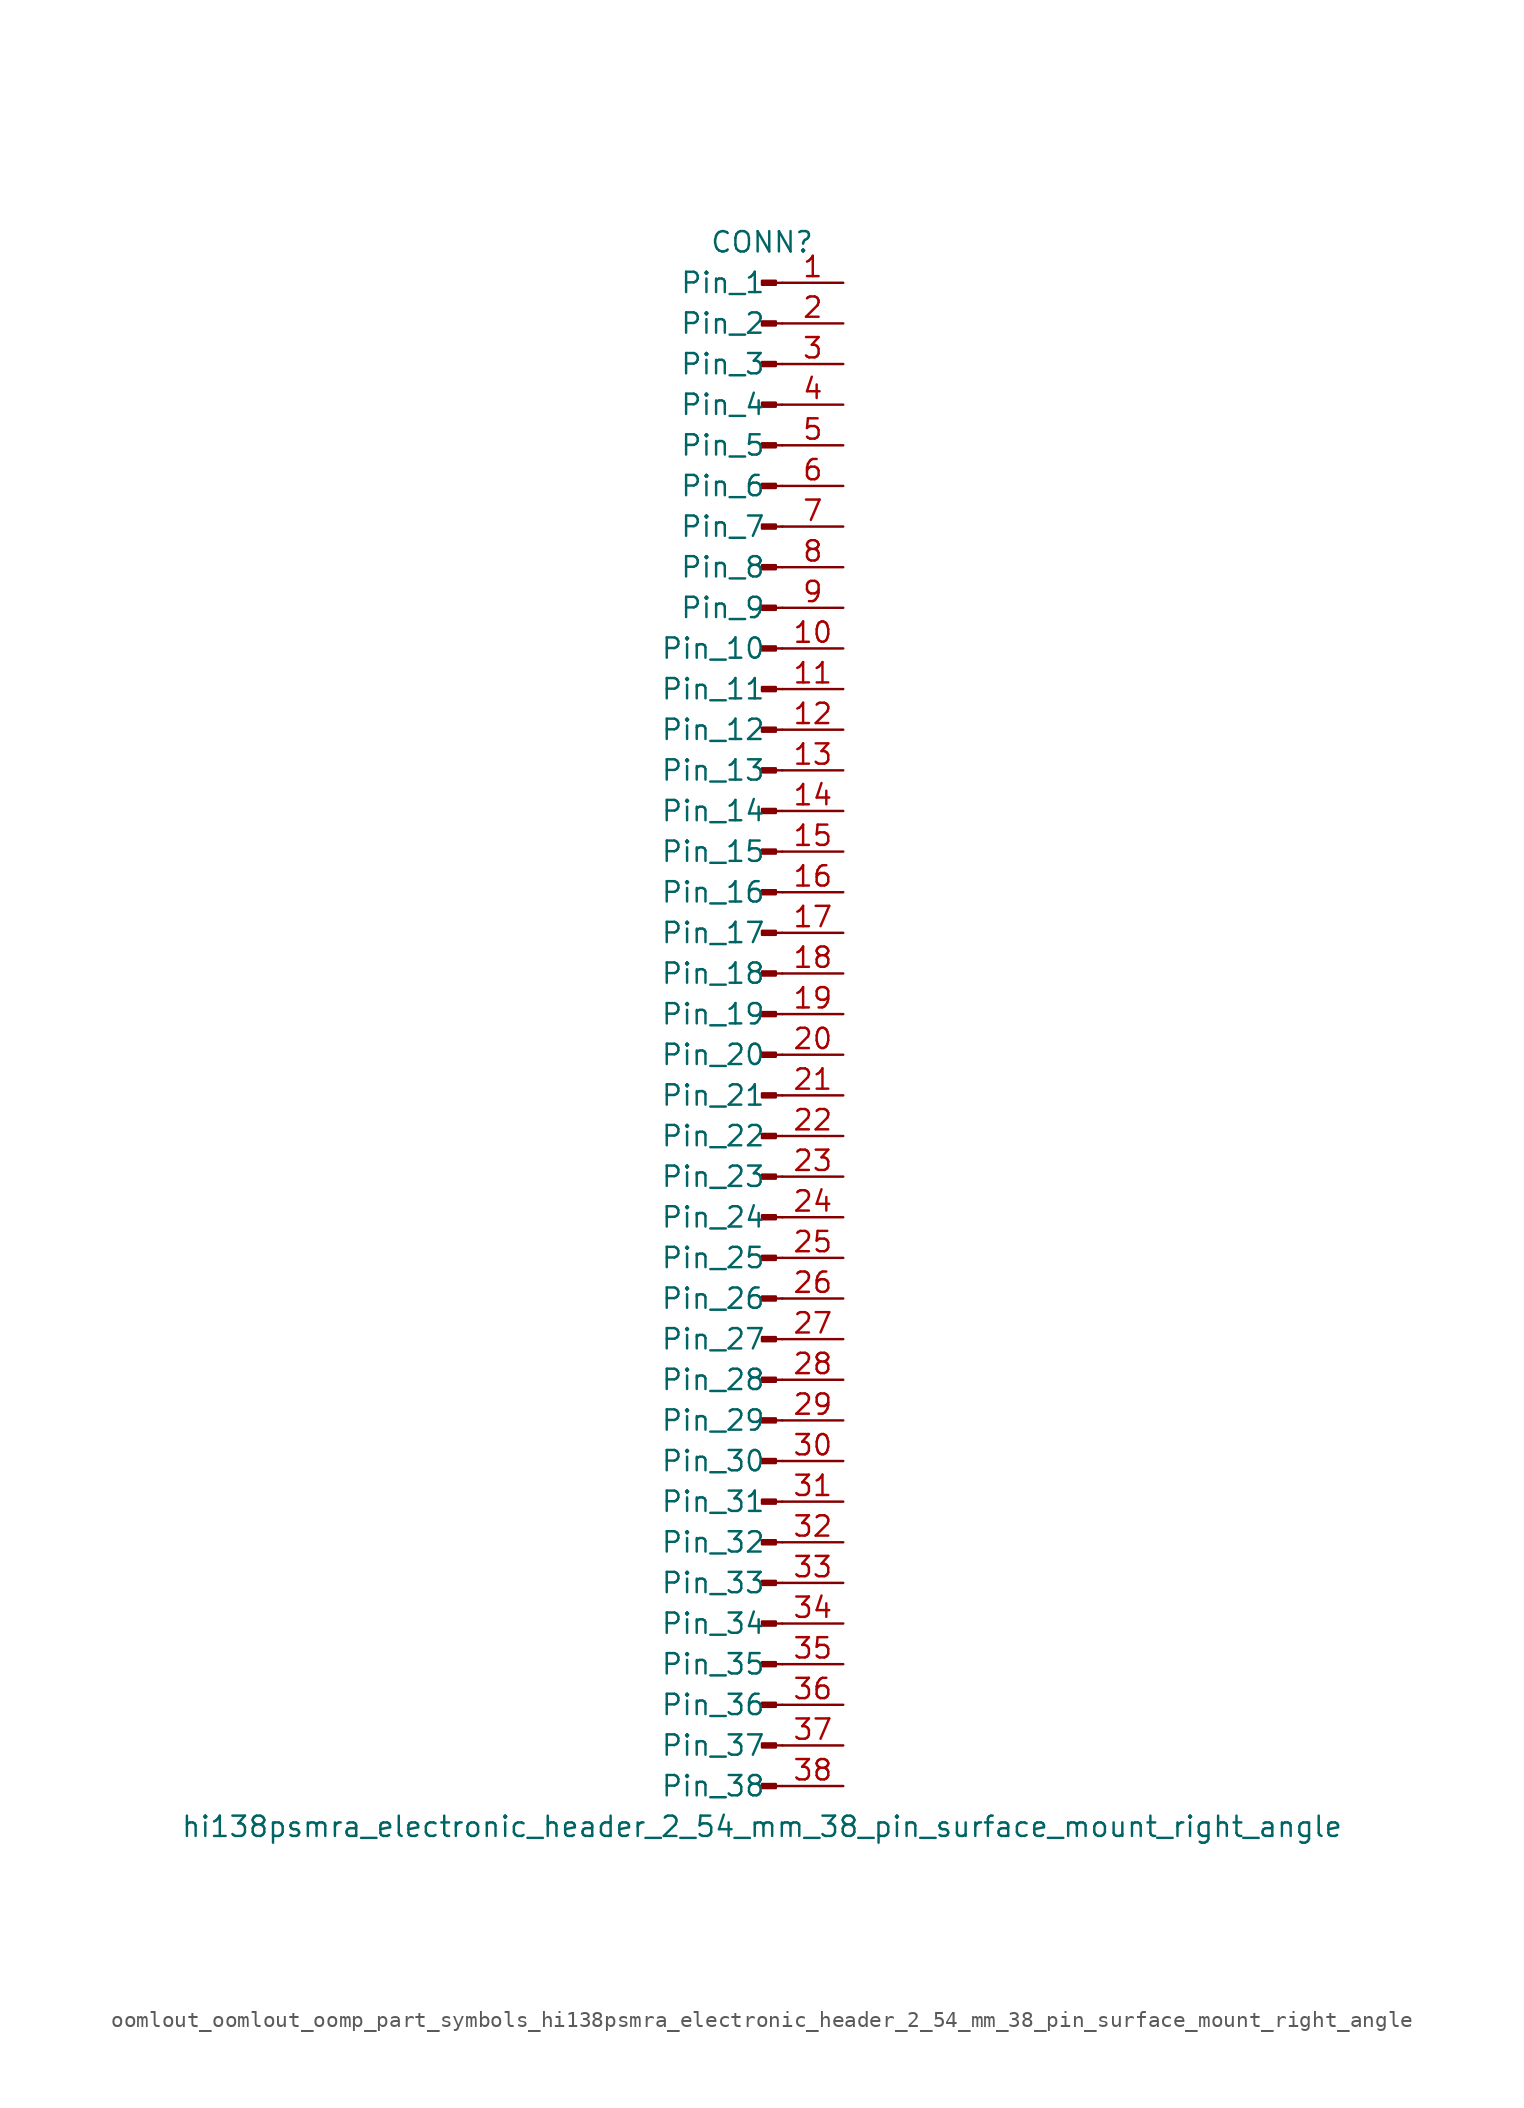
<source format=kicad_sym>
(kicad_symbol_lib
  (version 20220914)
  (generator kicad_symbol_editor)
  (symbol "oomlout_oomlout_oomp_part_symbols_hi138psmra_electronic_header_2_54_mm_38_pin_surface_mount_right_angle"
    (pin_names
      (offset 1.016))
    (property "Reference" "CONN"
      (at 0 48.26 0)
      (effects (font (size 1.27 1.27))))
    (property "Value" "hi138psmra_electronic_header_2_54_mm_38_pin_surface_mount_right_angle"
      (at 0 -50.8 0)
      (effects (font (size 1.27 1.27))))
    (property "ki_locked" ""
      (at 0 0 0)
      (effects (font (size 1.27 1.27))))
    (symbol "oomlout_oomlout_oomp_part_symbols_hi138psmra_electronic_header_2_54_mm_38_pin_surface_mount_right_angle_1_1"
      (polyline (pts (xy 1.27 -48.26) (xy 0.864 -48.26)) (stroke (width 0.152) (type default)) (fill (type none)))
      (polyline (pts (xy 1.27 -45.72) (xy 0.864 -45.72)) (stroke (width 0.152) (type default)) (fill (type none)))
      (polyline (pts (xy 1.27 -43.18) (xy 0.864 -43.18)) (stroke (width 0.152) (type default)) (fill (type none)))
      (polyline (pts (xy 1.27 -40.64) (xy 0.864 -40.64)) (stroke (width 0.152) (type default)) (fill (type none)))
      (polyline (pts (xy 1.27 -38.1) (xy 0.864 -38.1)) (stroke (width 0.152) (type default)) (fill (type none)))
      (polyline (pts (xy 1.27 -35.56) (xy 0.864 -35.56)) (stroke (width 0.152) (type default)) (fill (type none)))
      (polyline (pts (xy 1.27 -33.02) (xy 0.864 -33.02)) (stroke (width 0.152) (type default)) (fill (type none)))
      (polyline (pts (xy 1.27 -30.48) (xy 0.864 -30.48)) (stroke (width 0.152) (type default)) (fill (type none)))
      (polyline (pts (xy 1.27 -27.94) (xy 0.864 -27.94)) (stroke (width 0.152) (type default)) (fill (type none)))
      (polyline (pts (xy 1.27 -25.4) (xy 0.864 -25.4)) (stroke (width 0.152) (type default)) (fill (type none)))
      (polyline (pts (xy 1.27 -22.86) (xy 0.864 -22.86)) (stroke (width 0.152) (type default)) (fill (type none)))
      (polyline (pts (xy 1.27 -20.32) (xy 0.864 -20.32)) (stroke (width 0.152) (type default)) (fill (type none)))
      (polyline (pts (xy 1.27 -17.78) (xy 0.864 -17.78)) (stroke (width 0.152) (type default)) (fill (type none)))
      (polyline (pts (xy 1.27 -15.24) (xy 0.864 -15.24)) (stroke (width 0.152) (type default)) (fill (type none)))
      (polyline (pts (xy 1.27 -12.7) (xy 0.864 -12.7)) (stroke (width 0.152) (type default)) (fill (type none)))
      (polyline (pts (xy 1.27 -10.16) (xy 0.864 -10.16)) (stroke (width 0.152) (type default)) (fill (type none)))
      (polyline (pts (xy 1.27 -7.62) (xy 0.864 -7.62)) (stroke (width 0.152) (type default)) (fill (type none)))
      (polyline (pts (xy 1.27 -5.08) (xy 0.864 -5.08)) (stroke (width 0.152) (type default)) (fill (type none)))
      (polyline (pts (xy 1.27 -2.54) (xy 0.864 -2.54)) (stroke (width 0.152) (type default)) (fill (type none)))
      (polyline (pts (xy 1.27 0) (xy 0.864 0)) (stroke (width 0.152) (type default)) (fill (type none)))
      (polyline (pts (xy 1.27 2.54) (xy 0.864 2.54)) (stroke (width 0.152) (type default)) (fill (type none)))
      (polyline (pts (xy 1.27 5.08) (xy 0.864 5.08)) (stroke (width 0.152) (type default)) (fill (type none)))
      (polyline (pts (xy 1.27 7.62) (xy 0.864 7.62)) (stroke (width 0.152) (type default)) (fill (type none)))
      (polyline (pts (xy 1.27 10.16) (xy 0.864 10.16)) (stroke (width 0.152) (type default)) (fill (type none)))
      (polyline (pts (xy 1.27 12.7) (xy 0.864 12.7)) (stroke (width 0.152) (type default)) (fill (type none)))
      (polyline (pts (xy 1.27 15.24) (xy 0.864 15.24)) (stroke (width 0.152) (type default)) (fill (type none)))
      (polyline (pts (xy 1.27 17.78) (xy 0.864 17.78)) (stroke (width 0.152) (type default)) (fill (type none)))
      (polyline (pts (xy 1.27 20.32) (xy 0.864 20.32)) (stroke (width 0.152) (type default)) (fill (type none)))
      (polyline (pts (xy 1.27 22.86) (xy 0.864 22.86)) (stroke (width 0.152) (type default)) (fill (type none)))
      (polyline (pts (xy 1.27 25.4) (xy 0.864 25.4)) (stroke (width 0.152) (type default)) (fill (type none)))
      (polyline (pts (xy 1.27 27.94) (xy 0.864 27.94)) (stroke (width 0.152) (type default)) (fill (type none)))
      (polyline (pts (xy 1.27 30.48) (xy 0.864 30.48)) (stroke (width 0.152) (type default)) (fill (type none)))
      (polyline (pts (xy 1.27 33.02) (xy 0.864 33.02)) (stroke (width 0.152) (type default)) (fill (type none)))
      (polyline (pts (xy 1.27 35.56) (xy 0.864 35.56)) (stroke (width 0.152) (type default)) (fill (type none)))
      (polyline (pts (xy 1.27 38.1) (xy 0.864 38.1)) (stroke (width 0.152) (type default)) (fill (type none)))
      (polyline (pts (xy 1.27 40.64) (xy 0.864 40.64)) (stroke (width 0.152) (type default)) (fill (type none)))
      (polyline (pts (xy 1.27 43.18) (xy 0.864 43.18)) (stroke (width 0.152) (type default)) (fill (type none)))
      (polyline (pts (xy 1.27 45.72) (xy 0.864 45.72)) (stroke (width 0.152) (type default)) (fill (type none)))
      (rectangle (start 0.864 -48.133) (end 0 -48.387) (stroke (width 0.152) (type default)) (fill (type outline)))
      (rectangle (start 0.864 -45.593) (end 0 -45.847) (stroke (width 0.152) (type default)) (fill (type outline)))
      (rectangle (start 0.864 -43.053) (end 0 -43.307) (stroke (width 0.152) (type default)) (fill (type outline)))
      (rectangle (start 0.864 -40.513) (end 0 -40.767) (stroke (width 0.152) (type default)) (fill (type outline)))
      (rectangle (start 0.864 -37.973) (end 0 -38.227) (stroke (width 0.152) (type default)) (fill (type outline)))
      (rectangle (start 0.864 -35.433) (end 0 -35.687) (stroke (width 0.152) (type default)) (fill (type outline)))
      (rectangle (start 0.864 -32.893) (end 0 -33.147) (stroke (width 0.152) (type default)) (fill (type outline)))
      (rectangle (start 0.864 -30.353) (end 0 -30.607) (stroke (width 0.152) (type default)) (fill (type outline)))
      (rectangle (start 0.864 -27.813) (end 0 -28.067) (stroke (width 0.152) (type default)) (fill (type outline)))
      (rectangle (start 0.864 -25.273) (end 0 -25.527) (stroke (width 0.152) (type default)) (fill (type outline)))
      (rectangle (start 0.864 -22.733) (end 0 -22.987) (stroke (width 0.152) (type default)) (fill (type outline)))
      (rectangle (start 0.864 -20.193) (end 0 -20.447) (stroke (width 0.152) (type default)) (fill (type outline)))
      (rectangle (start 0.864 -17.653) (end 0 -17.907) (stroke (width 0.152) (type default)) (fill (type outline)))
      (rectangle (start 0.864 -15.113) (end 0 -15.367) (stroke (width 0.152) (type default)) (fill (type outline)))
      (rectangle (start 0.864 -12.573) (end 0 -12.827) (stroke (width 0.152) (type default)) (fill (type outline)))
      (rectangle (start 0.864 -10.033) (end 0 -10.287) (stroke (width 0.152) (type default)) (fill (type outline)))
      (rectangle (start 0.864 -7.493) (end 0 -7.747) (stroke (width 0.152) (type default)) (fill (type outline)))
      (rectangle (start 0.864 -4.953) (end 0 -5.207) (stroke (width 0.152) (type default)) (fill (type outline)))
      (rectangle (start 0.864 -2.413) (end 0 -2.667) (stroke (width 0.152) (type default)) (fill (type outline)))
      (rectangle (start 0.864 0.127) (end 0 -0.127) (stroke (width 0.152) (type default)) (fill (type outline)))
      (rectangle (start 0.864 2.667) (end 0 2.413) (stroke (width 0.152) (type default)) (fill (type outline)))
      (rectangle (start 0.864 5.207) (end 0 4.953) (stroke (width 0.152) (type default)) (fill (type outline)))
      (rectangle (start 0.864 7.747) (end 0 7.493) (stroke (width 0.152) (type default)) (fill (type outline)))
      (rectangle (start 0.864 10.287) (end 0 10.033) (stroke (width 0.152) (type default)) (fill (type outline)))
      (rectangle (start 0.864 12.827) (end 0 12.573) (stroke (width 0.152) (type default)) (fill (type outline)))
      (rectangle (start 0.864 15.367) (end 0 15.113) (stroke (width 0.152) (type default)) (fill (type outline)))
      (rectangle (start 0.864 17.907) (end 0 17.653) (stroke (width 0.152) (type default)) (fill (type outline)))
      (rectangle (start 0.864 20.447) (end 0 20.193) (stroke (width 0.152) (type default)) (fill (type outline)))
      (rectangle (start 0.864 22.987) (end 0 22.733) (stroke (width 0.152) (type default)) (fill (type outline)))
      (rectangle (start 0.864 25.527) (end 0 25.273) (stroke (width 0.152) (type default)) (fill (type outline)))
      (rectangle (start 0.864 28.067) (end 0 27.813) (stroke (width 0.152) (type default)) (fill (type outline)))
      (rectangle (start 0.864 30.607) (end 0 30.353) (stroke (width 0.152) (type default)) (fill (type outline)))
      (rectangle (start 0.864 33.147) (end 0 32.893) (stroke (width 0.152) (type default)) (fill (type outline)))
      (rectangle (start 0.864 35.687) (end 0 35.433) (stroke (width 0.152) (type default)) (fill (type outline)))
      (rectangle (start 0.864 38.227) (end 0 37.973) (stroke (width 0.152) (type default)) (fill (type outline)))
      (rectangle (start 0.864 40.767) (end 0 40.513) (stroke (width 0.152) (type default)) (fill (type outline)))
      (rectangle (start 0.864 43.307) (end 0 43.053) (stroke (width 0.152) (type default)) (fill (type outline)))
      (rectangle (start 0.864 45.847) (end 0 45.593) (stroke (width 0.152) (type default)) (fill (type outline)))
      (pin passive line (at 5.08 45.72 180) (length 3.81) (name "Pin_1" (effects (font (size 1.27 1.27)))) (number "1" (effects (font (size 1.27 1.27)))))
      (pin passive line (at 5.08 22.86 180) (length 3.81) (name "Pin_10" (effects (font (size 1.27 1.27)))) (number "10" (effects (font (size 1.27 1.27)))))
      (pin passive line (at 5.08 20.32 180) (length 3.81) (name "Pin_11" (effects (font (size 1.27 1.27)))) (number "11" (effects (font (size 1.27 1.27)))))
      (pin passive line (at 5.08 17.78 180) (length 3.81) (name "Pin_12" (effects (font (size 1.27 1.27)))) (number "12" (effects (font (size 1.27 1.27)))))
      (pin passive line (at 5.08 15.24 180) (length 3.81) (name "Pin_13" (effects (font (size 1.27 1.27)))) (number "13" (effects (font (size 1.27 1.27)))))
      (pin passive line (at 5.08 12.7 180) (length 3.81) (name "Pin_14" (effects (font (size 1.27 1.27)))) (number "14" (effects (font (size 1.27 1.27)))))
      (pin passive line (at 5.08 10.16 180) (length 3.81) (name "Pin_15" (effects (font (size 1.27 1.27)))) (number "15" (effects (font (size 1.27 1.27)))))
      (pin passive line (at 5.08 7.62 180) (length 3.81) (name "Pin_16" (effects (font (size 1.27 1.27)))) (number "16" (effects (font (size 1.27 1.27)))))
      (pin passive line (at 5.08 5.08 180) (length 3.81) (name "Pin_17" (effects (font (size 1.27 1.27)))) (number "17" (effects (font (size 1.27 1.27)))))
      (pin passive line (at 5.08 2.54 180) (length 3.81) (name "Pin_18" (effects (font (size 1.27 1.27)))) (number "18" (effects (font (size 1.27 1.27)))))
      (pin passive line (at 5.08 0 180) (length 3.81) (name "Pin_19" (effects (font (size 1.27 1.27)))) (number "19" (effects (font (size 1.27 1.27)))))
      (pin passive line (at 5.08 43.18 180) (length 3.81) (name "Pin_2" (effects (font (size 1.27 1.27)))) (number "2" (effects (font (size 1.27 1.27)))))
      (pin passive line (at 5.08 -2.54 180) (length 3.81) (name "Pin_20" (effects (font (size 1.27 1.27)))) (number "20" (effects (font (size 1.27 1.27)))))
      (pin passive line (at 5.08 -5.08 180) (length 3.81) (name "Pin_21" (effects (font (size 1.27 1.27)))) (number "21" (effects (font (size 1.27 1.27)))))
      (pin passive line (at 5.08 -7.62 180) (length 3.81) (name "Pin_22" (effects (font (size 1.27 1.27)))) (number "22" (effects (font (size 1.27 1.27)))))
      (pin passive line (at 5.08 -10.16 180) (length 3.81) (name "Pin_23" (effects (font (size 1.27 1.27)))) (number "23" (effects (font (size 1.27 1.27)))))
      (pin passive line (at 5.08 -12.7 180) (length 3.81) (name "Pin_24" (effects (font (size 1.27 1.27)))) (number "24" (effects (font (size 1.27 1.27)))))
      (pin passive line (at 5.08 -15.24 180) (length 3.81) (name "Pin_25" (effects (font (size 1.27 1.27)))) (number "25" (effects (font (size 1.27 1.27)))))
      (pin passive line (at 5.08 -17.78 180) (length 3.81) (name "Pin_26" (effects (font (size 1.27 1.27)))) (number "26" (effects (font (size 1.27 1.27)))))
      (pin passive line (at 5.08 -20.32 180) (length 3.81) (name "Pin_27" (effects (font (size 1.27 1.27)))) (number "27" (effects (font (size 1.27 1.27)))))
      (pin passive line (at 5.08 -22.86 180) (length 3.81) (name "Pin_28" (effects (font (size 1.27 1.27)))) (number "28" (effects (font (size 1.27 1.27)))))
      (pin passive line (at 5.08 -25.4 180) (length 3.81) (name "Pin_29" (effects (font (size 1.27 1.27)))) (number "29" (effects (font (size 1.27 1.27)))))
      (pin passive line (at 5.08 40.64 180) (length 3.81) (name "Pin_3" (effects (font (size 1.27 1.27)))) (number "3" (effects (font (size 1.27 1.27)))))
      (pin passive line (at 5.08 -27.94 180) (length 3.81) (name "Pin_30" (effects (font (size 1.27 1.27)))) (number "30" (effects (font (size 1.27 1.27)))))
      (pin passive line (at 5.08 -30.48 180) (length 3.81) (name "Pin_31" (effects (font (size 1.27 1.27)))) (number "31" (effects (font (size 1.27 1.27)))))
      (pin passive line (at 5.08 -33.02 180) (length 3.81) (name "Pin_32" (effects (font (size 1.27 1.27)))) (number "32" (effects (font (size 1.27 1.27)))))
      (pin passive line (at 5.08 -35.56 180) (length 3.81) (name "Pin_33" (effects (font (size 1.27 1.27)))) (number "33" (effects (font (size 1.27 1.27)))))
      (pin passive line (at 5.08 -38.1 180) (length 3.81) (name "Pin_34" (effects (font (size 1.27 1.27)))) (number "34" (effects (font (size 1.27 1.27)))))
      (pin passive line (at 5.08 -40.64 180) (length 3.81) (name "Pin_35" (effects (font (size 1.27 1.27)))) (number "35" (effects (font (size 1.27 1.27)))))
      (pin passive line (at 5.08 -43.18 180) (length 3.81) (name "Pin_36" (effects (font (size 1.27 1.27)))) (number "36" (effects (font (size 1.27 1.27)))))
      (pin passive line (at 5.08 -45.72 180) (length 3.81) (name "Pin_37" (effects (font (size 1.27 1.27)))) (number "37" (effects (font (size 1.27 1.27)))))
      (pin passive line (at 5.08 -48.26 180) (length 3.81) (name "Pin_38" (effects (font (size 1.27 1.27)))) (number "38" (effects (font (size 1.27 1.27)))))
      (pin passive line (at 5.08 38.1 180) (length 3.81) (name "Pin_4" (effects (font (size 1.27 1.27)))) (number "4" (effects (font (size 1.27 1.27)))))
      (pin passive line (at 5.08 35.56 180) (length 3.81) (name "Pin_5" (effects (font (size 1.27 1.27)))) (number "5" (effects (font (size 1.27 1.27)))))
      (pin passive line (at 5.08 33.02 180) (length 3.81) (name "Pin_6" (effects (font (size 1.27 1.27)))) (number "6" (effects (font (size 1.27 1.27)))))
      (pin passive line (at 5.08 30.48 180) (length 3.81) (name "Pin_7" (effects (font (size 1.27 1.27)))) (number "7" (effects (font (size 1.27 1.27)))))
      (pin passive line (at 5.08 27.94 180) (length 3.81) (name "Pin_8" (effects (font (size 1.27 1.27)))) (number "8" (effects (font (size 1.27 1.27)))))
      (pin passive line (at 5.08 25.4 180) (length 3.81) (name "Pin_9" (effects (font (size 1.27 1.27)))) (number "9" (effects (font (size 1.27 1.27))))))))
</source>
